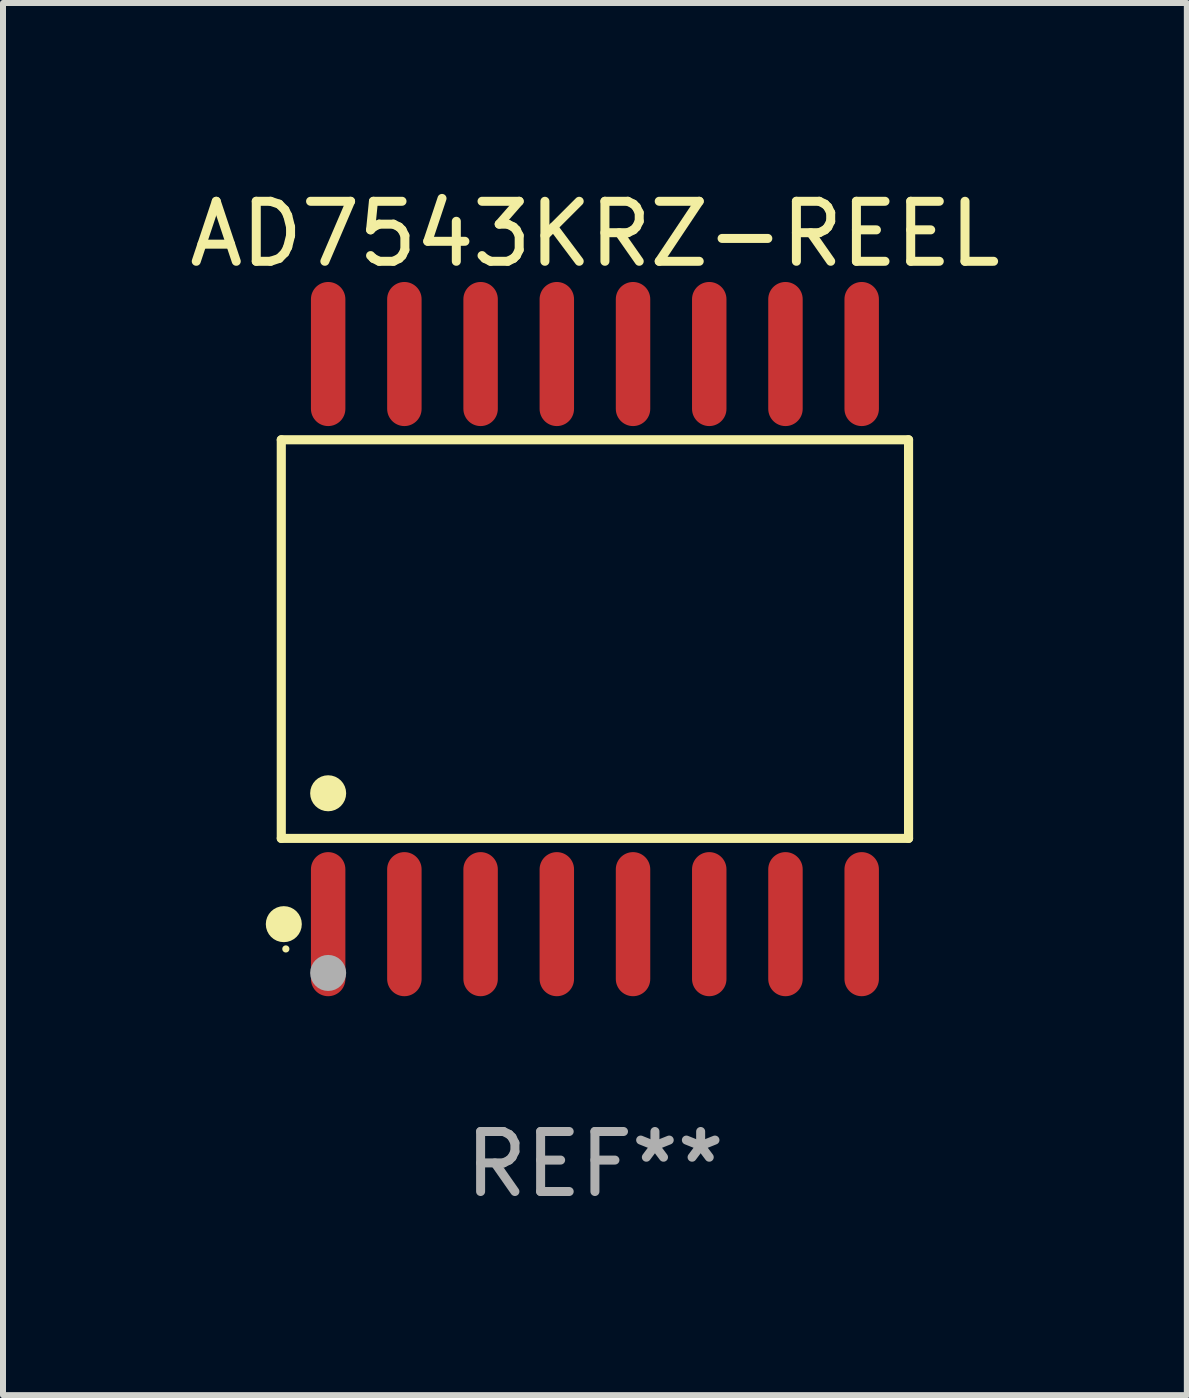
<source format=kicad_pcb>
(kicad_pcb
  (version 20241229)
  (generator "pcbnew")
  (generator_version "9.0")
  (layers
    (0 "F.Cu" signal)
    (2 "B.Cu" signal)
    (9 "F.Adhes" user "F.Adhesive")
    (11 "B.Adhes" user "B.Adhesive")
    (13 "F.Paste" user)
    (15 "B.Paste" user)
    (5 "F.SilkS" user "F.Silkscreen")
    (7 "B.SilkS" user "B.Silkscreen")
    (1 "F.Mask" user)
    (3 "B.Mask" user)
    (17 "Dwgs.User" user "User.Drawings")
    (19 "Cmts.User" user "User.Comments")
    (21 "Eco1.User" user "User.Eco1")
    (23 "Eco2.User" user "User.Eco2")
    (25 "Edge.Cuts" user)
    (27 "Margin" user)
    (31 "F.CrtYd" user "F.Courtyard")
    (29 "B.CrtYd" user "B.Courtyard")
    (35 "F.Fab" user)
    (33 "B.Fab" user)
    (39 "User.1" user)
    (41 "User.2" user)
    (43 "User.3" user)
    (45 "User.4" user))
  (footprint "AD7543KRZ-REEL"
    (layer "F.Cu")
    (at 6.863 7.599)
    (property "Reference" "AD7543KRZ-REEL" (at 0 -6.75 0) (layer "F.SilkS") (effects (font (size 1 1) (thickness 0.15))))
    (attr through_hole)
    (fp_line (start -5.226 -3.321) (end 5.226 -3.321) (stroke (width 0.152) (type solid)) (layer "F.SilkS"))
    (fp_line (start -5.226 3.321) (end -5.226 -3.321) (stroke (width 0.152) (type solid)) (layer "F.SilkS"))
    (fp_line (start 5.226 -3.321) (end 5.226 3.321) (stroke (width 0.152) (type solid)) (layer "F.SilkS"))
    (fp_line (start 5.226 3.321) (end -5.226 3.321) (stroke (width 0.152) (type solid)) (layer "F.SilkS"))
    (fp_circle (center -5.184 4.75) (end -5.034 4.75) (stroke (width 0.3) (type solid)) (fill no) (layer "F.SilkS"))
    (fp_circle (center -5.15 5.163) (end -5.12 5.163) (stroke (width 0.06) (type solid)) (fill no) (layer "F.SilkS"))
    (fp_circle (center -4.445 2.569) (end -4.295 2.569) (stroke (width 0.3) (type solid)) (fill no) (layer "F.SilkS"))
    (fp_circle (center -4.445 5.563) (end -4.295 5.563) (stroke (width 0.3) (type solid)) (fill no) (layer "F.Fab"))
    (fp_text user "REF**" (at 0 8.75 0) (layer "F.Fab") (effects (font (size 1 1) (thickness 0.15))))
    (pad "1" smd oval (at -4.445 4.75) (size 0.574 2.401) (layers "F.Cu" "F.Mask" "F.Paste"))
    (pad "2" smd oval (at -3.175 4.75) (size 0.574 2.401) (layers "F.Cu" "F.Mask" "F.Paste"))
    (pad "3" smd oval (at -1.905 4.75) (size 0.574 2.401) (layers "F.Cu" "F.Mask" "F.Paste"))
    (pad "4" smd oval (at -0.635 4.75) (size 0.574 2.401) (layers "F.Cu" "F.Mask" "F.Paste"))
    (pad "5" smd oval (at 0.635 4.75) (size 0.574 2.401) (layers "F.Cu" "F.Mask" "F.Paste"))
    (pad "6" smd oval (at 1.905 4.75) (size 0.574 2.401) (layers "F.Cu" "F.Mask" "F.Paste"))
    (pad "7" smd oval (at 3.175 4.75) (size 0.574 2.401) (layers "F.Cu" "F.Mask" "F.Paste"))
    (pad "8" smd oval (at 4.445 4.75) (size 0.574 2.401) (layers "F.Cu" "F.Mask" "F.Paste"))
    (pad "9" smd oval (at 4.445 -4.75) (size 0.574 2.401) (layers "F.Cu" "F.Mask" "F.Paste"))
    (pad "10" smd oval (at 3.175 -4.75) (size 0.574 2.401) (layers "F.Cu" "F.Mask" "F.Paste"))
    (pad "11" smd oval (at 1.905 -4.75) (size 0.574 2.401) (layers "F.Cu" "F.Mask" "F.Paste"))
    (pad "12" smd oval (at 0.635 -4.75) (size 0.574 2.401) (layers "F.Cu" "F.Mask" "F.Paste"))
    (pad "13" smd oval (at -0.635 -4.75) (size 0.574 2.401) (layers "F.Cu" "F.Mask" "F.Paste"))
    (pad "14" smd oval (at -1.905 -4.75) (size 0.574 2.401) (layers "F.Cu" "F.Mask" "F.Paste"))
    (pad "15" smd oval (at -3.175 -4.75) (size 0.574 2.401) (layers "F.Cu" "F.Mask" "F.Paste"))
    (pad "16" smd oval (at -4.445 -4.75) (size 0.574 2.401) (layers "F.Cu" "F.Mask" "F.Paste")))
  (gr_rect
    (start -3 -3)
    (end 16.726 20.197)
    (stroke (width 0.1) (type default))
    (fill no)
    (layer "Edge.Cuts")))
</source>
